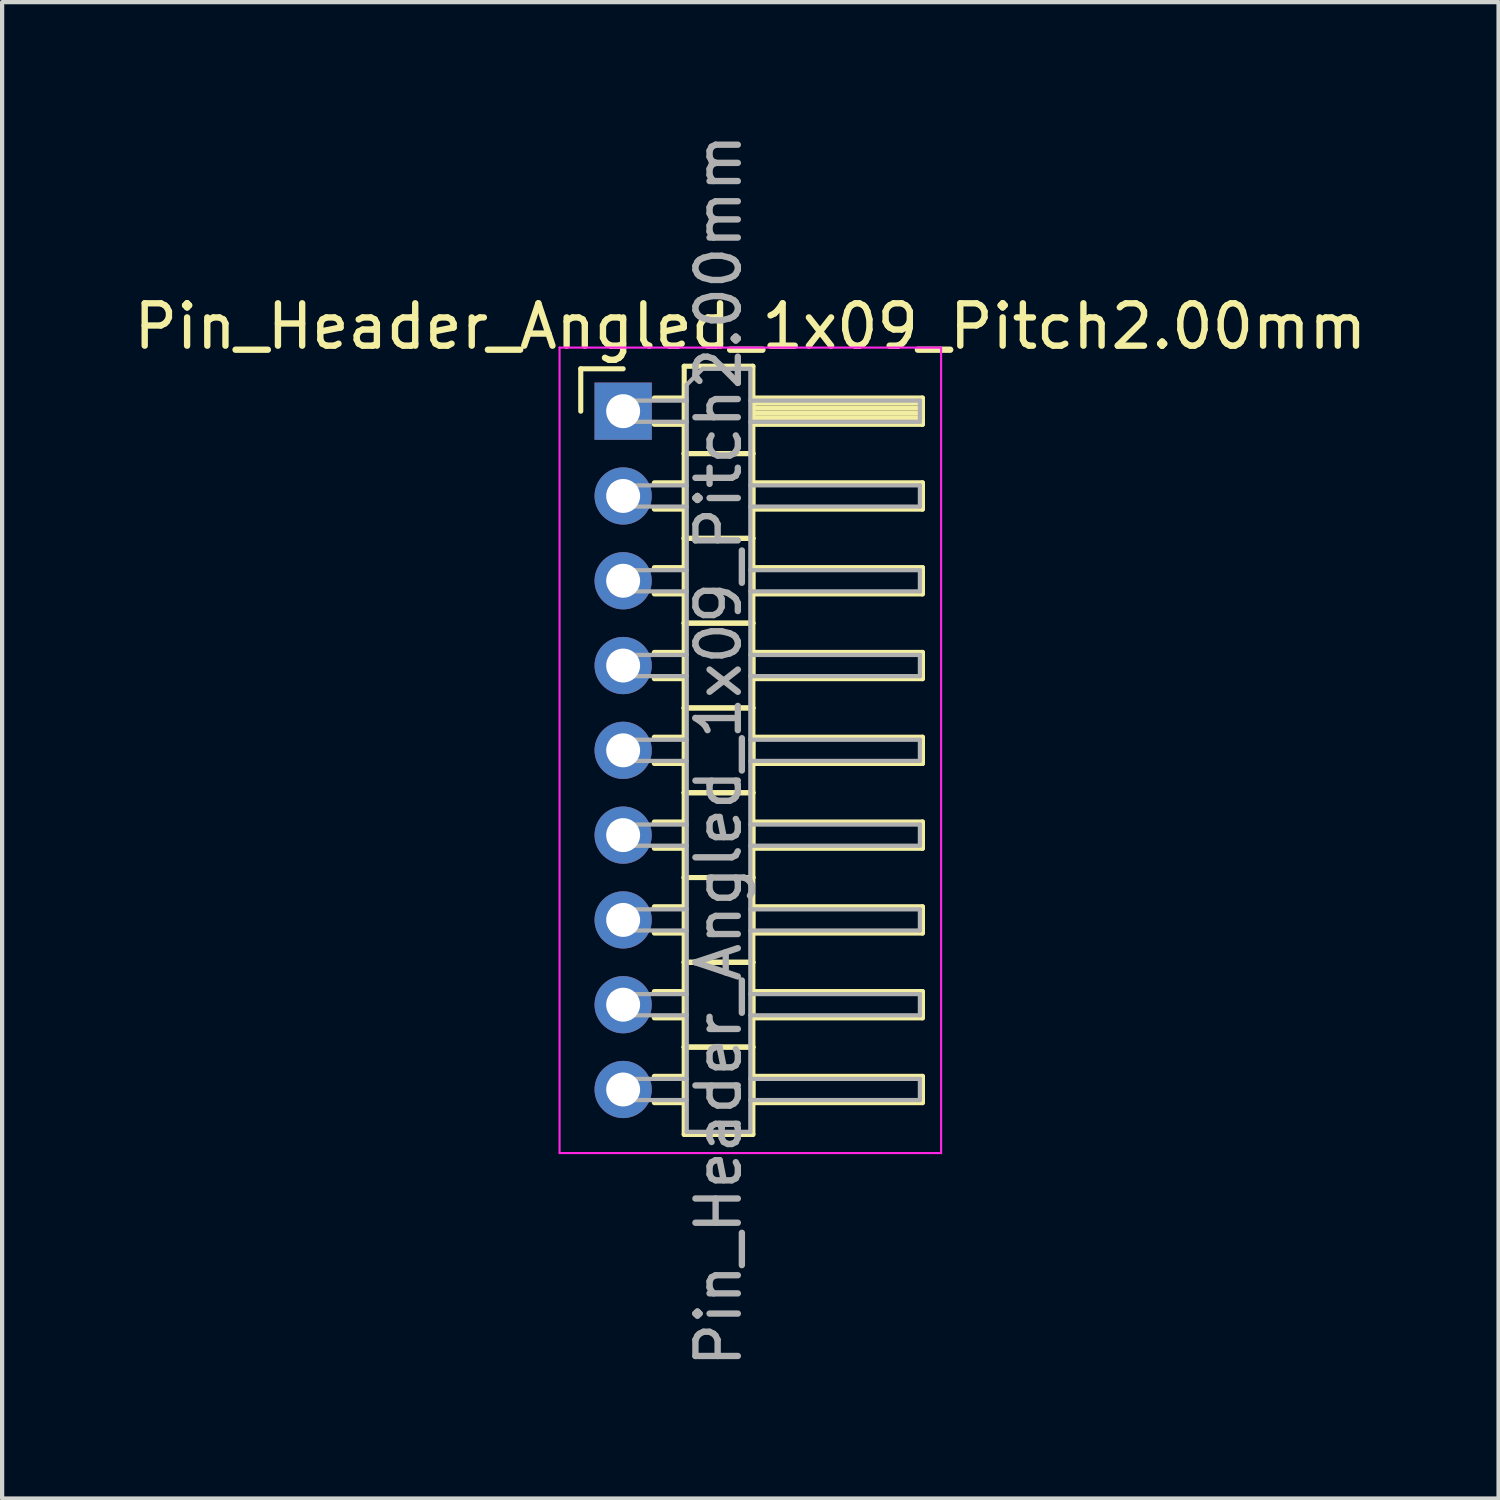
<source format=kicad_pcb>
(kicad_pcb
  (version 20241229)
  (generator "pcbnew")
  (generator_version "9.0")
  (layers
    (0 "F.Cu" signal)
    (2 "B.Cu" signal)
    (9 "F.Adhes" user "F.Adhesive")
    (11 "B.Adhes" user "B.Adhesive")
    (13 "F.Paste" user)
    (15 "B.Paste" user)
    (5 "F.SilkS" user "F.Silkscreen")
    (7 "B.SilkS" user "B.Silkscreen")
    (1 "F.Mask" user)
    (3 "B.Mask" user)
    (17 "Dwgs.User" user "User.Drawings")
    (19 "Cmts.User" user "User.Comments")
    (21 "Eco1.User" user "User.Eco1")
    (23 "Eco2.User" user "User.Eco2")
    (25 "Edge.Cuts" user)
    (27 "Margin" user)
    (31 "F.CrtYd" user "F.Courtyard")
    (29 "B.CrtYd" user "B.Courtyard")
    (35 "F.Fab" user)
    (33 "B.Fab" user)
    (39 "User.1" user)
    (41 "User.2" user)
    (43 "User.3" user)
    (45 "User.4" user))
  (footprint "Pin_Header_Angled_1x09_Pitch2.00mm"
    (layer "F.Cu")
    (at 11.649 6.649)
    (property "Reference" "Pin_Header_Angled_1x09_Pitch2.00mm" (at 3 -2 0) (layer "F.SilkS") (effects (font (size 1 1) (thickness 0.15))))
    (attr through_hole)
    (fp_line (start -1 -1) (end 0 -1) (stroke (width 0.12) (type solid)) (layer "F.SilkS"))
    (fp_line (start -1 0) (end -1 -1) (stroke (width 0.12) (type solid)) (layer "F.SilkS"))
    (fp_line (start 0.735 -0.31) (end 1.44 -0.31) (stroke (width 0.12) (type solid)) (layer "F.SilkS"))
    (fp_line (start 0.735 0.31) (end 1.44 0.31) (stroke (width 0.12) (type solid)) (layer "F.SilkS"))
    (fp_line (start 0.735 1.69) (end 1.44 1.69) (stroke (width 0.12) (type solid)) (layer "F.SilkS"))
    (fp_line (start 0.735 2.31) (end 1.44 2.31) (stroke (width 0.12) (type solid)) (layer "F.SilkS"))
    (fp_line (start 0.735 3.69) (end 1.44 3.69) (stroke (width 0.12) (type solid)) (layer "F.SilkS"))
    (fp_line (start 0.735 4.31) (end 1.44 4.31) (stroke (width 0.12) (type solid)) (layer "F.SilkS"))
    (fp_line (start 0.735 5.69) (end 1.44 5.69) (stroke (width 0.12) (type solid)) (layer "F.SilkS"))
    (fp_line (start 0.735 6.31) (end 1.44 6.31) (stroke (width 0.12) (type solid)) (layer "F.SilkS"))
    (fp_line (start 0.735 7.69) (end 1.44 7.69) (stroke (width 0.12) (type solid)) (layer "F.SilkS"))
    (fp_line (start 0.735 8.31) (end 1.44 8.31) (stroke (width 0.12) (type solid)) (layer "F.SilkS"))
    (fp_line (start 0.735 9.69) (end 1.44 9.69) (stroke (width 0.12) (type solid)) (layer "F.SilkS"))
    (fp_line (start 0.735 10.31) (end 1.44 10.31) (stroke (width 0.12) (type solid)) (layer "F.SilkS"))
    (fp_line (start 0.735 11.69) (end 1.44 11.69) (stroke (width 0.12) (type solid)) (layer "F.SilkS"))
    (fp_line (start 0.735 12.31) (end 1.44 12.31) (stroke (width 0.12) (type solid)) (layer "F.SilkS"))
    (fp_line (start 0.735 13.69) (end 1.44 13.69) (stroke (width 0.12) (type solid)) (layer "F.SilkS"))
    (fp_line (start 0.735 14.31) (end 1.44 14.31) (stroke (width 0.12) (type solid)) (layer "F.SilkS"))
    (fp_line (start 0.735 15.69) (end 1.44 15.69) (stroke (width 0.12) (type solid)) (layer "F.SilkS"))
    (fp_line (start 0.735 16.31) (end 1.44 16.31) (stroke (width 0.12) (type solid)) (layer "F.SilkS"))
    (fp_line (start 1.44 -1.06) (end 1.44 1) (stroke (width 0.12) (type solid)) (layer "F.SilkS"))
    (fp_line (start 1.44 1) (end 1.44 3) (stroke (width 0.12) (type solid)) (layer "F.SilkS"))
    (fp_line (start 1.44 1) (end 3.06 1) (stroke (width 0.12) (type solid)) (layer "F.SilkS"))
    (fp_line (start 1.44 3) (end 1.44 5) (stroke (width 0.12) (type solid)) (layer "F.SilkS"))
    (fp_line (start 1.44 3) (end 3.06 3) (stroke (width 0.12) (type solid)) (layer "F.SilkS"))
    (fp_line (start 1.44 5) (end 1.44 7) (stroke (width 0.12) (type solid)) (layer "F.SilkS"))
    (fp_line (start 1.44 5) (end 3.06 5) (stroke (width 0.12) (type solid)) (layer "F.SilkS"))
    (fp_line (start 1.44 7) (end 1.44 9) (stroke (width 0.12) (type solid)) (layer "F.SilkS"))
    (fp_line (start 1.44 7) (end 3.06 7) (stroke (width 0.12) (type solid)) (layer "F.SilkS"))
    (fp_line (start 1.44 9) (end 1.44 11) (stroke (width 0.12) (type solid)) (layer "F.SilkS"))
    (fp_line (start 1.44 9) (end 3.06 9) (stroke (width 0.12) (type solid)) (layer "F.SilkS"))
    (fp_line (start 1.44 11) (end 1.44 13) (stroke (width 0.12) (type solid)) (layer "F.SilkS"))
    (fp_line (start 1.44 11) (end 3.06 11) (stroke (width 0.12) (type solid)) (layer "F.SilkS"))
    (fp_line (start 1.44 13) (end 1.44 15) (stroke (width 0.12) (type solid)) (layer "F.SilkS"))
    (fp_line (start 1.44 13) (end 3.06 13) (stroke (width 0.12) (type solid)) (layer "F.SilkS"))
    (fp_line (start 1.44 15) (end 1.44 17.06) (stroke (width 0.12) (type solid)) (layer "F.SilkS"))
    (fp_line (start 1.44 15) (end 3.06 15) (stroke (width 0.12) (type solid)) (layer "F.SilkS"))
    (fp_line (start 1.44 17.06) (end 3.06 17.06) (stroke (width 0.12) (type solid)) (layer "F.SilkS"))
    (fp_line (start 3.06 -1.06) (end 1.44 -1.06) (stroke (width 0.12) (type solid)) (layer "F.SilkS"))
    (fp_line (start 3.06 -0.31) (end 3.06 0.31) (stroke (width 0.12) (type solid)) (layer "F.SilkS"))
    (fp_line (start 3.06 -0.19) (end 7.06 -0.19) (stroke (width 0.12) (type solid)) (layer "F.SilkS"))
    (fp_line (start 3.06 -0.07) (end 7.06 -0.07) (stroke (width 0.12) (type solid)) (layer "F.SilkS"))
    (fp_line (start 3.06 0.05) (end 7.06 0.05) (stroke (width 0.12) (type solid)) (layer "F.SilkS"))
    (fp_line (start 3.06 0.17) (end 7.06 0.17) (stroke (width 0.12) (type solid)) (layer "F.SilkS"))
    (fp_line (start 3.06 0.29) (end 7.06 0.29) (stroke (width 0.12) (type solid)) (layer "F.SilkS"))
    (fp_line (start 3.06 0.31) (end 7.06 0.31) (stroke (width 0.12) (type solid)) (layer "F.SilkS"))
    (fp_line (start 3.06 1) (end 1.44 1) (stroke (width 0.12) (type solid)) (layer "F.SilkS"))
    (fp_line (start 3.06 1) (end 3.06 -1.06) (stroke (width 0.12) (type solid)) (layer "F.SilkS"))
    (fp_line (start 3.06 1.69) (end 3.06 2.31) (stroke (width 0.12) (type solid)) (layer "F.SilkS"))
    (fp_line (start 3.06 2.31) (end 7.06 2.31) (stroke (width 0.12) (type solid)) (layer "F.SilkS"))
    (fp_line (start 3.06 3) (end 1.44 3) (stroke (width 0.12) (type solid)) (layer "F.SilkS"))
    (fp_line (start 3.06 3) (end 3.06 1) (stroke (width 0.12) (type solid)) (layer "F.SilkS"))
    (fp_line (start 3.06 3.69) (end 3.06 4.31) (stroke (width 0.12) (type solid)) (layer "F.SilkS"))
    (fp_line (start 3.06 4.31) (end 7.06 4.31) (stroke (width 0.12) (type solid)) (layer "F.SilkS"))
    (fp_line (start 3.06 5) (end 1.44 5) (stroke (width 0.12) (type solid)) (layer "F.SilkS"))
    (fp_line (start 3.06 5) (end 3.06 3) (stroke (width 0.12) (type solid)) (layer "F.SilkS"))
    (fp_line (start 3.06 5.69) (end 3.06 6.31) (stroke (width 0.12) (type solid)) (layer "F.SilkS"))
    (fp_line (start 3.06 6.31) (end 7.06 6.31) (stroke (width 0.12) (type solid)) (layer "F.SilkS"))
    (fp_line (start 3.06 7) (end 1.44 7) (stroke (width 0.12) (type solid)) (layer "F.SilkS"))
    (fp_line (start 3.06 7) (end 3.06 5) (stroke (width 0.12) (type solid)) (layer "F.SilkS"))
    (fp_line (start 3.06 7.69) (end 3.06 8.31) (stroke (width 0.12) (type solid)) (layer "F.SilkS"))
    (fp_line (start 3.06 8.31) (end 7.06 8.31) (stroke (width 0.12) (type solid)) (layer "F.SilkS"))
    (fp_line (start 3.06 9) (end 1.44 9) (stroke (width 0.12) (type solid)) (layer "F.SilkS"))
    (fp_line (start 3.06 9) (end 3.06 7) (stroke (width 0.12) (type solid)) (layer "F.SilkS"))
    (fp_line (start 3.06 9.69) (end 3.06 10.31) (stroke (width 0.12) (type solid)) (layer "F.SilkS"))
    (fp_line (start 3.06 10.31) (end 7.06 10.31) (stroke (width 0.12) (type solid)) (layer "F.SilkS"))
    (fp_line (start 3.06 11) (end 1.44 11) (stroke (width 0.12) (type solid)) (layer "F.SilkS"))
    (fp_line (start 3.06 11) (end 3.06 9) (stroke (width 0.12) (type solid)) (layer "F.SilkS"))
    (fp_line (start 3.06 11.69) (end 3.06 12.31) (stroke (width 0.12) (type solid)) (layer "F.SilkS"))
    (fp_line (start 3.06 12.31) (end 7.06 12.31) (stroke (width 0.12) (type solid)) (layer "F.SilkS"))
    (fp_line (start 3.06 13) (end 1.44 13) (stroke (width 0.12) (type solid)) (layer "F.SilkS"))
    (fp_line (start 3.06 13) (end 3.06 11) (stroke (width 0.12) (type solid)) (layer "F.SilkS"))
    (fp_line (start 3.06 13.69) (end 3.06 14.31) (stroke (width 0.12) (type solid)) (layer "F.SilkS"))
    (fp_line (start 3.06 14.31) (end 7.06 14.31) (stroke (width 0.12) (type solid)) (layer "F.SilkS"))
    (fp_line (start 3.06 15) (end 1.44 15) (stroke (width 0.12) (type solid)) (layer "F.SilkS"))
    (fp_line (start 3.06 15) (end 3.06 13) (stroke (width 0.12) (type solid)) (layer "F.SilkS"))
    (fp_line (start 3.06 15.69) (end 3.06 16.31) (stroke (width 0.12) (type solid)) (layer "F.SilkS"))
    (fp_line (start 3.06 16.31) (end 7.06 16.31) (stroke (width 0.12) (type solid)) (layer "F.SilkS"))
    (fp_line (start 3.06 17.06) (end 3.06 15) (stroke (width 0.12) (type solid)) (layer "F.SilkS"))
    (fp_line (start 7.06 -0.31) (end 3.06 -0.31) (stroke (width 0.12) (type solid)) (layer "F.SilkS"))
    (fp_line (start 7.06 0.31) (end 7.06 -0.31) (stroke (width 0.12) (type solid)) (layer "F.SilkS"))
    (fp_line (start 7.06 1.69) (end 3.06 1.69) (stroke (width 0.12) (type solid)) (layer "F.SilkS"))
    (fp_line (start 7.06 2.31) (end 7.06 1.69) (stroke (width 0.12) (type solid)) (layer "F.SilkS"))
    (fp_line (start 7.06 3.69) (end 3.06 3.69) (stroke (width 0.12) (type solid)) (layer "F.SilkS"))
    (fp_line (start 7.06 4.31) (end 7.06 3.69) (stroke (width 0.12) (type solid)) (layer "F.SilkS"))
    (fp_line (start 7.06 5.69) (end 3.06 5.69) (stroke (width 0.12) (type solid)) (layer "F.SilkS"))
    (fp_line (start 7.06 6.31) (end 7.06 5.69) (stroke (width 0.12) (type solid)) (layer "F.SilkS"))
    (fp_line (start 7.06 7.69) (end 3.06 7.69) (stroke (width 0.12) (type solid)) (layer "F.SilkS"))
    (fp_line (start 7.06 8.31) (end 7.06 7.69) (stroke (width 0.12) (type solid)) (layer "F.SilkS"))
    (fp_line (start 7.06 9.69) (end 3.06 9.69) (stroke (width 0.12) (type solid)) (layer "F.SilkS"))
    (fp_line (start 7.06 10.31) (end 7.06 9.69) (stroke (width 0.12) (type solid)) (layer "F.SilkS"))
    (fp_line (start 7.06 11.69) (end 3.06 11.69) (stroke (width 0.12) (type solid)) (layer "F.SilkS"))
    (fp_line (start 7.06 12.31) (end 7.06 11.69) (stroke (width 0.12) (type solid)) (layer "F.SilkS"))
    (fp_line (start 7.06 13.69) (end 3.06 13.69) (stroke (width 0.12) (type solid)) (layer "F.SilkS"))
    (fp_line (start 7.06 14.31) (end 7.06 13.69) (stroke (width 0.12) (type solid)) (layer "F.SilkS"))
    (fp_line (start 7.06 15.69) (end 3.06 15.69) (stroke (width 0.12) (type solid)) (layer "F.SilkS"))
    (fp_line (start 7.06 16.31) (end 7.06 15.69) (stroke (width 0.12) (type solid)) (layer "F.SilkS"))
    (fp_line (start -1.5 -1.5) (end -1.5 17.5) (stroke (width 0.05) (type solid)) (layer "F.CrtYd"))
    (fp_line (start -1.5 17.5) (end 7.5 17.5) (stroke (width 0.05) (type solid)) (layer "F.CrtYd"))
    (fp_line (start 7.5 -1.5) (end -1.5 -1.5) (stroke (width 0.05) (type solid)) (layer "F.CrtYd"))
    (fp_line (start 7.5 17.5) (end 7.5 -1.5) (stroke (width 0.05) (type solid)) (layer "F.CrtYd"))
    (fp_line (start -0.25 -0.25) (end -0.25 0.25) (stroke (width 0.1) (type solid)) (layer "F.Fab"))
    (fp_line (start -0.25 -0.25) (end 1.5 -0.25) (stroke (width 0.1) (type solid)) (layer "F.Fab"))
    (fp_line (start -0.25 0.25) (end 1.5 0.25) (stroke (width 0.1) (type solid)) (layer "F.Fab"))
    (fp_line (start -0.25 1.75) (end -0.25 2.25) (stroke (width 0.1) (type solid)) (layer "F.Fab"))
    (fp_line (start -0.25 1.75) (end 1.5 1.75) (stroke (width 0.1) (type solid)) (layer "F.Fab"))
    (fp_line (start -0.25 2.25) (end 1.5 2.25) (stroke (width 0.1) (type solid)) (layer "F.Fab"))
    (fp_line (start -0.25 3.75) (end -0.25 4.25) (stroke (width 0.1) (type solid)) (layer "F.Fab"))
    (fp_line (start -0.25 3.75) (end 1.5 3.75) (stroke (width 0.1) (type solid)) (layer "F.Fab"))
    (fp_line (start -0.25 4.25) (end 1.5 4.25) (stroke (width 0.1) (type solid)) (layer "F.Fab"))
    (fp_line (start -0.25 5.75) (end -0.25 6.25) (stroke (width 0.1) (type solid)) (layer "F.Fab"))
    (fp_line (start -0.25 5.75) (end 1.5 5.75) (stroke (width 0.1) (type solid)) (layer "F.Fab"))
    (fp_line (start -0.25 6.25) (end 1.5 6.25) (stroke (width 0.1) (type solid)) (layer "F.Fab"))
    (fp_line (start -0.25 7.75) (end -0.25 8.25) (stroke (width 0.1) (type solid)) (layer "F.Fab"))
    (fp_line (start -0.25 7.75) (end 1.5 7.75) (stroke (width 0.1) (type solid)) (layer "F.Fab"))
    (fp_line (start -0.25 8.25) (end 1.5 8.25) (stroke (width 0.1) (type solid)) (layer "F.Fab"))
    (fp_line (start -0.25 9.75) (end -0.25 10.25) (stroke (width 0.1) (type solid)) (layer "F.Fab"))
    (fp_line (start -0.25 9.75) (end 1.5 9.75) (stroke (width 0.1) (type solid)) (layer "F.Fab"))
    (fp_line (start -0.25 10.25) (end 1.5 10.25) (stroke (width 0.1) (type solid)) (layer "F.Fab"))
    (fp_line (start -0.25 11.75) (end -0.25 12.25) (stroke (width 0.1) (type solid)) (layer "F.Fab"))
    (fp_line (start -0.25 11.75) (end 1.5 11.75) (stroke (width 0.1) (type solid)) (layer "F.Fab"))
    (fp_line (start -0.25 12.25) (end 1.5 12.25) (stroke (width 0.1) (type solid)) (layer "F.Fab"))
    (fp_line (start -0.25 13.75) (end -0.25 14.25) (stroke (width 0.1) (type solid)) (layer "F.Fab"))
    (fp_line (start -0.25 13.75) (end 1.5 13.75) (stroke (width 0.1) (type solid)) (layer "F.Fab"))
    (fp_line (start -0.25 14.25) (end 1.5 14.25) (stroke (width 0.1) (type solid)) (layer "F.Fab"))
    (fp_line (start -0.25 15.75) (end -0.25 16.25) (stroke (width 0.1) (type solid)) (layer "F.Fab"))
    (fp_line (start -0.25 15.75) (end 1.5 15.75) (stroke (width 0.1) (type solid)) (layer "F.Fab"))
    (fp_line (start -0.25 16.25) (end 1.5 16.25) (stroke (width 0.1) (type solid)) (layer "F.Fab"))
    (fp_line (start 1.5 -0.625) (end 1.875 -1) (stroke (width 0.1) (type solid)) (layer "F.Fab"))
    (fp_line (start 1.5 17) (end 1.5 -0.625) (stroke (width 0.1) (type solid)) (layer "F.Fab"))
    (fp_line (start 1.875 -1) (end 3 -1) (stroke (width 0.1) (type solid)) (layer "F.Fab"))
    (fp_line (start 3 -1) (end 3 17) (stroke (width 0.1) (type solid)) (layer "F.Fab"))
    (fp_line (start 3 -0.25) (end 7 -0.25) (stroke (width 0.1) (type solid)) (layer "F.Fab"))
    (fp_line (start 3 0.25) (end 7 0.25) (stroke (width 0.1) (type solid)) (layer "F.Fab"))
    (fp_line (start 3 1.75) (end 7 1.75) (stroke (width 0.1) (type solid)) (layer "F.Fab"))
    (fp_line (start 3 2.25) (end 7 2.25) (stroke (width 0.1) (type solid)) (layer "F.Fab"))
    (fp_line (start 3 3.75) (end 7 3.75) (stroke (width 0.1) (type solid)) (layer "F.Fab"))
    (fp_line (start 3 4.25) (end 7 4.25) (stroke (width 0.1) (type solid)) (layer "F.Fab"))
    (fp_line (start 3 5.75) (end 7 5.75) (stroke (width 0.1) (type solid)) (layer "F.Fab"))
    (fp_line (start 3 6.25) (end 7 6.25) (stroke (width 0.1) (type solid)) (layer "F.Fab"))
    (fp_line (start 3 7.75) (end 7 7.75) (stroke (width 0.1) (type solid)) (layer "F.Fab"))
    (fp_line (start 3 8.25) (end 7 8.25) (stroke (width 0.1) (type solid)) (layer "F.Fab"))
    (fp_line (start 3 9.75) (end 7 9.75) (stroke (width 0.1) (type solid)) (layer "F.Fab"))
    (fp_line (start 3 10.25) (end 7 10.25) (stroke (width 0.1) (type solid)) (layer "F.Fab"))
    (fp_line (start 3 11.75) (end 7 11.75) (stroke (width 0.1) (type solid)) (layer "F.Fab"))
    (fp_line (start 3 12.25) (end 7 12.25) (stroke (width 0.1) (type solid)) (layer "F.Fab"))
    (fp_line (start 3 13.75) (end 7 13.75) (stroke (width 0.1) (type solid)) (layer "F.Fab"))
    (fp_line (start 3 14.25) (end 7 14.25) (stroke (width 0.1) (type solid)) (layer "F.Fab"))
    (fp_line (start 3 15.75) (end 7 15.75) (stroke (width 0.1) (type solid)) (layer "F.Fab"))
    (fp_line (start 3 16.25) (end 7 16.25) (stroke (width 0.1) (type solid)) (layer "F.Fab"))
    (fp_line (start 3 17) (end 1.5 17) (stroke (width 0.1) (type solid)) (layer "F.Fab"))
    (fp_line (start 7 -0.25) (end 7 0.25) (stroke (width 0.1) (type solid)) (layer "F.Fab"))
    (fp_line (start 7 1.75) (end 7 2.25) (stroke (width 0.1) (type solid)) (layer "F.Fab"))
    (fp_line (start 7 3.75) (end 7 4.25) (stroke (width 0.1) (type solid)) (layer "F.Fab"))
    (fp_line (start 7 5.75) (end 7 6.25) (stroke (width 0.1) (type solid)) (layer "F.Fab"))
    (fp_line (start 7 7.75) (end 7 8.25) (stroke (width 0.1) (type solid)) (layer "F.Fab"))
    (fp_line (start 7 9.75) (end 7 10.25) (stroke (width 0.1) (type solid)) (layer "F.Fab"))
    (fp_line (start 7 11.75) (end 7 12.25) (stroke (width 0.1) (type solid)) (layer "F.Fab"))
    (fp_line (start 7 13.75) (end 7 14.25) (stroke (width 0.1) (type solid)) (layer "F.Fab"))
    (fp_line (start 7 15.75) (end 7 16.25) (stroke (width 0.1) (type solid)) (layer "F.Fab"))
    (fp_text user "${REFERENCE}" (at 2.25 8 90) (layer "F.Fab") (effects (font (size 1 1) (thickness 0.15))))
    (pad "1" thru_hole rect (at 0 0) (size 1.35 1.35) (drill 0.8) (layers "*.Cu" "*.Mask"))
    (pad "2" thru_hole oval (at 0 2) (size 1.35 1.35) (drill 0.8) (layers "*.Cu" "*.Mask"))
    (pad "3" thru_hole oval (at 0 4) (size 1.35 1.35) (drill 0.8) (layers "*.Cu" "*.Mask"))
    (pad "4" thru_hole oval (at 0 6) (size 1.35 1.35) (drill 0.8) (layers "*.Cu" "*.Mask"))
    (pad "5" thru_hole oval (at 0 8) (size 1.35 1.35) (drill 0.8) (layers "*.Cu" "*.Mask"))
    (pad "6" thru_hole oval (at 0 10) (size 1.35 1.35) (drill 0.8) (layers "*.Cu" "*.Mask"))
    (pad "7" thru_hole oval (at 0 12) (size 1.35 1.35) (drill 0.8) (layers "*.Cu" "*.Mask"))
    (pad "8" thru_hole oval (at 0 14) (size 1.35 1.35) (drill 0.8) (layers "*.Cu" "*.Mask"))
    (pad "9" thru_hole oval (at 0 16) (size 1.35 1.35) (drill 0.8) (layers "*.Cu" "*.Mask")))
  (gr_rect
    (start -3 -3)
    (end 32.298 32.298)
    (stroke (width 0.1) (type default))
    (fill no)
    (layer "Edge.Cuts")))
</source>
